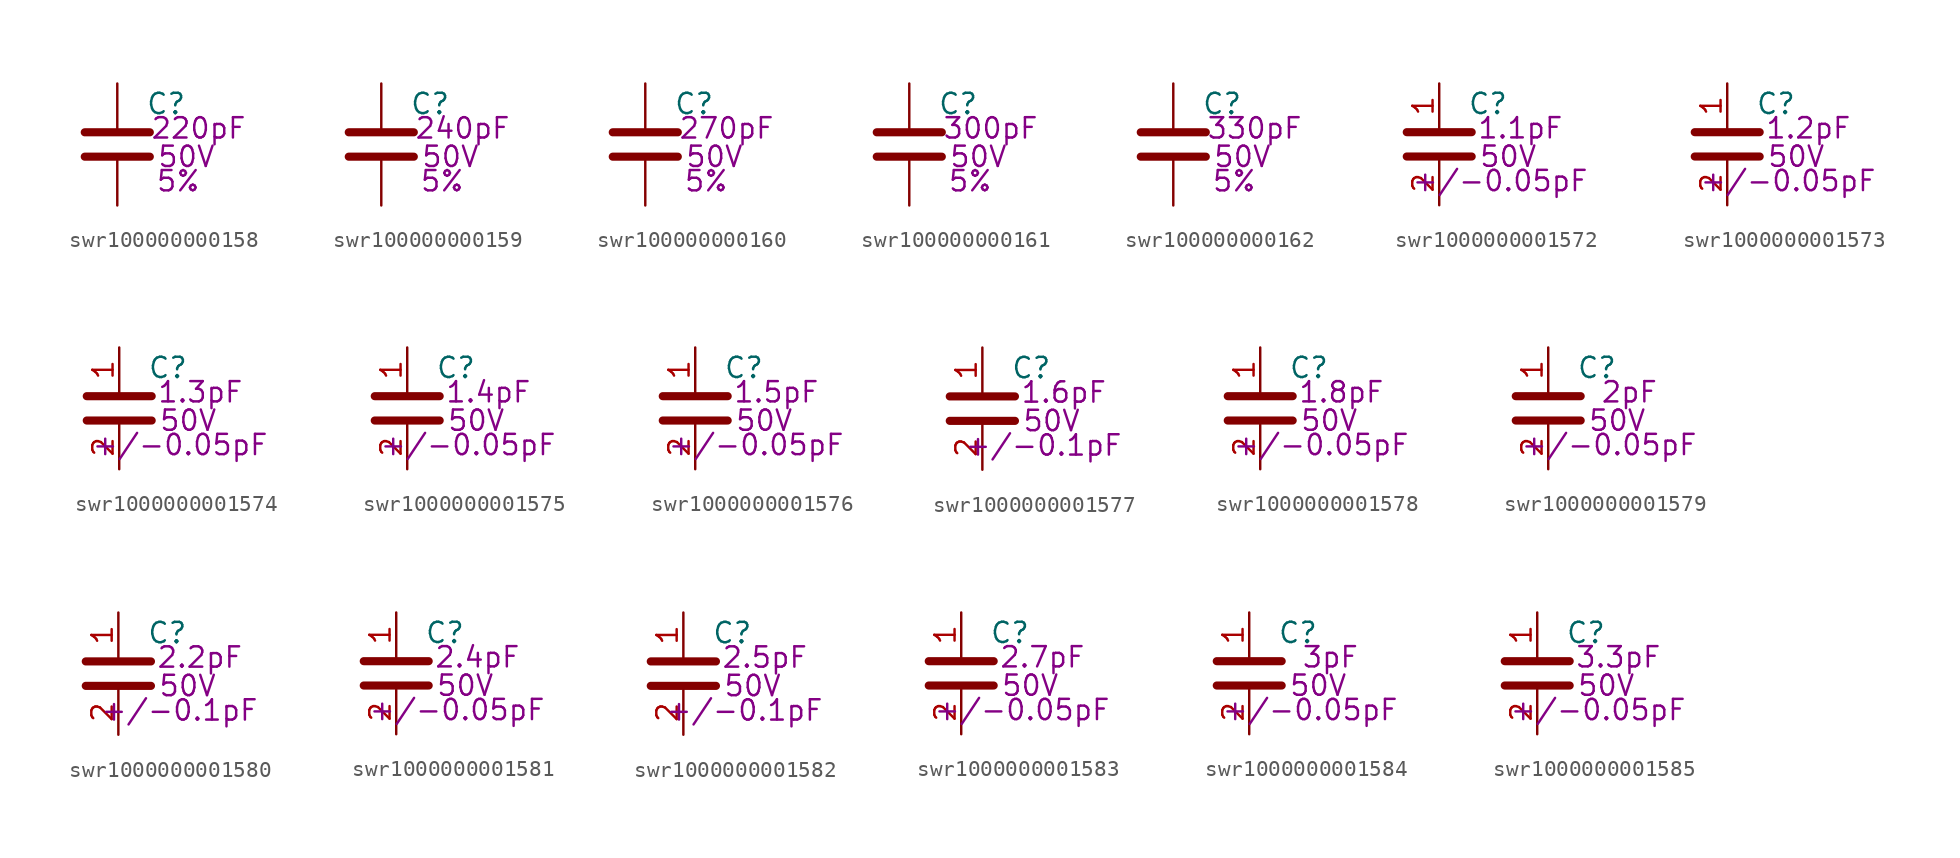
<source format=kicad_sym>
(kicad_symbol_lib
  (version 20220914)
  (generator kicad_symbol_editor)
  (symbol "swr100000000158"
    (pin_numbers hide)
    (pin_names
      (offset 1.016))
    (property "Reference" "C"
      (at 3.048 2.54 0)
      (effects (font (size 1.27 1.27))))
    (property "PartValue" "220pF"
      (at 5.08 1.016 0)
      (effects (font (size 1.27 1.27))))
    (property "Voltage" "50V"
      (at 4.318 -0.762 0)
      (effects (font (size 1.27 1.27))))
    (property "Tolerance" "5%"
      (at 3.81 -2.286 0)
      (effects (font (size 1.27 1.27))))
    (symbol "swr100000000158_1_1"
      (polyline (pts (xy -2.032 -0.762) (xy 2.032 -0.762)) (stroke (width 0.508) (type default)) (fill (type none)))
      (polyline (pts (xy -2.032 0.762) (xy 2.032 0.762)) (stroke (width 0.508) (type default)) (fill (type none)))
      (pin passive line (at 0 3.81 270) (length 2.794) (name "~" (effects (font (size 1.27 1.27)))) (number "1" (effects (font (size 1.27 1.27)))))
      (pin passive line (at 0 -3.81 90) (length 2.794) (name "~" (effects (font (size 1.27 1.27)))) (number "2" (effects (font (size 1.27 1.27)))))))
  (symbol "swr100000000159"
    (pin_numbers hide)
    (pin_names
      (offset 1.016))
    (property "Reference" "C"
      (at 3.048 2.54 0)
      (effects (font (size 1.27 1.27))))
    (property "PartValue" "240pF"
      (at 5.08 1.016 0)
      (effects (font (size 1.27 1.27))))
    (property "Voltage" "50V"
      (at 4.318 -0.762 0)
      (effects (font (size 1.27 1.27))))
    (property "Tolerance" "5%"
      (at 3.81 -2.286 0)
      (effects (font (size 1.27 1.27))))
    (symbol "swr100000000159_1_1"
      (polyline (pts (xy -2.032 -0.762) (xy 2.032 -0.762)) (stroke (width 0.508) (type default)) (fill (type none)))
      (polyline (pts (xy -2.032 0.762) (xy 2.032 0.762)) (stroke (width 0.508) (type default)) (fill (type none)))
      (pin passive line (at 0 3.81 270) (length 2.794) (name "~" (effects (font (size 1.27 1.27)))) (number "1" (effects (font (size 1.27 1.27)))))
      (pin passive line (at 0 -3.81 90) (length 2.794) (name "~" (effects (font (size 1.27 1.27)))) (number "2" (effects (font (size 1.27 1.27)))))))
  (symbol "swr100000000160"
    (pin_numbers hide)
    (pin_names
      (offset 1.016))
    (property "Reference" "C"
      (at 3.048 2.54 0)
      (effects (font (size 1.27 1.27))))
    (property "PartValue" "270pF"
      (at 5.08 1.016 0)
      (effects (font (size 1.27 1.27))))
    (property "Voltage" "50V"
      (at 4.318 -0.762 0)
      (effects (font (size 1.27 1.27))))
    (property "Tolerance" "5%"
      (at 3.81 -2.286 0)
      (effects (font (size 1.27 1.27))))
    (symbol "swr100000000160_1_1"
      (polyline (pts (xy -2.032 -0.762) (xy 2.032 -0.762)) (stroke (width 0.508) (type default)) (fill (type none)))
      (polyline (pts (xy -2.032 0.762) (xy 2.032 0.762)) (stroke (width 0.508) (type default)) (fill (type none)))
      (pin passive line (at 0 3.81 270) (length 2.794) (name "~" (effects (font (size 1.27 1.27)))) (number "1" (effects (font (size 1.27 1.27)))))
      (pin passive line (at 0 -3.81 90) (length 2.794) (name "~" (effects (font (size 1.27 1.27)))) (number "2" (effects (font (size 1.27 1.27)))))))
  (symbol "swr100000000161"
    (pin_numbers hide)
    (pin_names
      (offset 1.016))
    (property "Reference" "C"
      (at 3.048 2.54 0)
      (effects (font (size 1.27 1.27))))
    (property "PartValue" "300pF"
      (at 5.08 1.016 0)
      (effects (font (size 1.27 1.27))))
    (property "Voltage" "50V"
      (at 4.318 -0.762 0)
      (effects (font (size 1.27 1.27))))
    (property "Tolerance" "5%"
      (at 3.81 -2.286 0)
      (effects (font (size 1.27 1.27))))
    (symbol "swr100000000161_1_1"
      (polyline (pts (xy -2.032 -0.762) (xy 2.032 -0.762)) (stroke (width 0.508) (type default)) (fill (type none)))
      (polyline (pts (xy -2.032 0.762) (xy 2.032 0.762)) (stroke (width 0.508) (type default)) (fill (type none)))
      (pin passive line (at 0 3.81 270) (length 2.794) (name "~" (effects (font (size 1.27 1.27)))) (number "1" (effects (font (size 1.27 1.27)))))
      (pin passive line (at 0 -3.81 90) (length 2.794) (name "~" (effects (font (size 1.27 1.27)))) (number "2" (effects (font (size 1.27 1.27)))))))
  (symbol "swr100000000162"
    (pin_numbers hide)
    (pin_names
      (offset 1.016))
    (property "Reference" "C"
      (at 3.048 2.54 0)
      (effects (font (size 1.27 1.27))))
    (property "PartValue" "330pF"
      (at 5.08 1.016 0)
      (effects (font (size 1.27 1.27))))
    (property "Voltage" "50V"
      (at 4.318 -0.762 0)
      (effects (font (size 1.27 1.27))))
    (property "Tolerance" "5%"
      (at 3.81 -2.286 0)
      (effects (font (size 1.27 1.27))))
    (symbol "swr100000000162_1_1"
      (polyline (pts (xy -2.032 -0.762) (xy 2.032 -0.762)) (stroke (width 0.508) (type default)) (fill (type none)))
      (polyline (pts (xy -2.032 0.762) (xy 2.032 0.762)) (stroke (width 0.508) (type default)) (fill (type none)))
      (pin passive line (at 0 3.81 270) (length 2.794) (name "~" (effects (font (size 1.27 1.27)))) (number "1" (effects (font (size 1.27 1.27)))))
      (pin passive line (at 0 -3.81 90) (length 2.794) (name "~" (effects (font (size 1.27 1.27)))) (number "2" (effects (font (size 1.27 1.27)))))))
  (symbol "swr1000000001572"
    (pin_names
      (offset 1.016))
    (property "Reference" "C"
      (at 3.048 2.54 0)
      (effects (font (size 1.27 1.27))))
    (property "PartValue" "1.1pF"
      (at 5.08 1.016 0)
      (effects (font (size 1.27 1.27))))
    (property "Voltage" "50V"
      (at 4.318 -0.762 0)
      (effects (font (size 1.27 1.27))))
    (property "Tolerance" "+/-0.05pF"
      (at 3.81 -2.286 0)
      (effects (font (size 1.27 1.27))))
    (symbol "swr1000000001572_1_1"
      (polyline (pts (xy -2.032 -0.762) (xy 2.032 -0.762)) (stroke (width 0.508) (type default)) (fill (type none)))
      (polyline (pts (xy -2.032 0.762) (xy 2.032 0.762)) (stroke (width 0.508) (type default)) (fill (type none)))
      (pin passive line (at 0 3.81 270) (length 2.794) (name "~" (effects (font (size 1.27 1.27)))) (number "1" (effects (font (size 1.27 1.27)))))
      (pin passive line (at 0 -3.81 90) (length 2.794) (name "~" (effects (font (size 1.27 1.27)))) (number "2" (effects (font (size 1.27 1.27)))))))
  (symbol "swr1000000001573"
    (pin_names
      (offset 1.016))
    (property "Reference" "C"
      (at 3.048 2.54 0)
      (effects (font (size 1.27 1.27))))
    (property "PartValue" "1.2pF"
      (at 5.08 1.016 0)
      (effects (font (size 1.27 1.27))))
    (property "Voltage" "50V"
      (at 4.318 -0.762 0)
      (effects (font (size 1.27 1.27))))
    (property "Tolerance" "+/-0.05pF"
      (at 3.81 -2.286 0)
      (effects (font (size 1.27 1.27))))
    (symbol "swr1000000001573_1_1"
      (polyline (pts (xy -2.032 -0.762) (xy 2.032 -0.762)) (stroke (width 0.508) (type default)) (fill (type none)))
      (polyline (pts (xy -2.032 0.762) (xy 2.032 0.762)) (stroke (width 0.508) (type default)) (fill (type none)))
      (pin passive line (at 0 3.81 270) (length 2.794) (name "~" (effects (font (size 1.27 1.27)))) (number "1" (effects (font (size 1.27 1.27)))))
      (pin passive line (at 0 -3.81 90) (length 2.794) (name "~" (effects (font (size 1.27 1.27)))) (number "2" (effects (font (size 1.27 1.27)))))))
  (symbol "swr1000000001574"
    (pin_names
      (offset 1.016))
    (property "Reference" "C"
      (at 3.048 2.54 0)
      (effects (font (size 1.27 1.27))))
    (property "PartValue" "1.3pF"
      (at 5.08 1.016 0)
      (effects (font (size 1.27 1.27))))
    (property "Voltage" "50V"
      (at 4.318 -0.762 0)
      (effects (font (size 1.27 1.27))))
    (property "Tolerance" "+/-0.05pF"
      (at 3.81 -2.286 0)
      (effects (font (size 1.27 1.27))))
    (symbol "swr1000000001574_1_1"
      (polyline (pts (xy -2.032 -0.762) (xy 2.032 -0.762)) (stroke (width 0.508) (type default)) (fill (type none)))
      (polyline (pts (xy -2.032 0.762) (xy 2.032 0.762)) (stroke (width 0.508) (type default)) (fill (type none)))
      (pin passive line (at 0 3.81 270) (length 2.794) (name "~" (effects (font (size 1.27 1.27)))) (number "1" (effects (font (size 1.27 1.27)))))
      (pin passive line (at 0 -3.81 90) (length 2.794) (name "~" (effects (font (size 1.27 1.27)))) (number "2" (effects (font (size 1.27 1.27)))))))
  (symbol "swr1000000001575"
    (pin_names
      (offset 1.016))
    (property "Reference" "C"
      (at 3.048 2.54 0)
      (effects (font (size 1.27 1.27))))
    (property "PartValue" "1.4pF"
      (at 5.08 1.016 0)
      (effects (font (size 1.27 1.27))))
    (property "Voltage" "50V"
      (at 4.318 -0.762 0)
      (effects (font (size 1.27 1.27))))
    (property "Tolerance" "+/-0.05pF"
      (at 3.81 -2.286 0)
      (effects (font (size 1.27 1.27))))
    (symbol "swr1000000001575_1_1"
      (polyline (pts (xy -2.032 -0.762) (xy 2.032 -0.762)) (stroke (width 0.508) (type default)) (fill (type none)))
      (polyline (pts (xy -2.032 0.762) (xy 2.032 0.762)) (stroke (width 0.508) (type default)) (fill (type none)))
      (pin passive line (at 0 3.81 270) (length 2.794) (name "~" (effects (font (size 1.27 1.27)))) (number "1" (effects (font (size 1.27 1.27)))))
      (pin passive line (at 0 -3.81 90) (length 2.794) (name "~" (effects (font (size 1.27 1.27)))) (number "2" (effects (font (size 1.27 1.27)))))))
  (symbol "swr1000000001576"
    (pin_names
      (offset 1.016))
    (property "Reference" "C"
      (at 3.048 2.54 0)
      (effects (font (size 1.27 1.27))))
    (property "PartValue" "1.5pF"
      (at 5.08 1.016 0)
      (effects (font (size 1.27 1.27))))
    (property "Voltage" "50V"
      (at 4.318 -0.762 0)
      (effects (font (size 1.27 1.27))))
    (property "Tolerance" "+/-0.05pF"
      (at 3.81 -2.286 0)
      (effects (font (size 1.27 1.27))))
    (symbol "swr1000000001576_1_1"
      (polyline (pts (xy -2.032 -0.762) (xy 2.032 -0.762)) (stroke (width 0.508) (type default)) (fill (type none)))
      (polyline (pts (xy -2.032 0.762) (xy 2.032 0.762)) (stroke (width 0.508) (type default)) (fill (type none)))
      (pin passive line (at 0 3.81 270) (length 2.794) (name "~" (effects (font (size 1.27 1.27)))) (number "1" (effects (font (size 1.27 1.27)))))
      (pin passive line (at 0 -3.81 90) (length 2.794) (name "~" (effects (font (size 1.27 1.27)))) (number "2" (effects (font (size 1.27 1.27)))))))
  (symbol "swr1000000001577"
    (pin_names
      (offset 1.016))
    (property "Reference" "C"
      (at 3.048 2.54 0)
      (effects (font (size 1.27 1.27))))
    (property "PartValue" "1.6pF"
      (at 5.08 1.016 0)
      (effects (font (size 1.27 1.27))))
    (property "Voltage" "50V"
      (at 4.318 -0.762 0)
      (effects (font (size 1.27 1.27))))
    (property "Tolerance" "+/-0.1pF"
      (at 3.81 -2.286 0)
      (effects (font (size 1.27 1.27))))
    (symbol "swr1000000001577_1_1"
      (polyline (pts (xy -2.032 -0.762) (xy 2.032 -0.762)) (stroke (width 0.508) (type default)) (fill (type none)))
      (polyline (pts (xy -2.032 0.762) (xy 2.032 0.762)) (stroke (width 0.508) (type default)) (fill (type none)))
      (pin passive line (at 0 3.81 270) (length 2.794) (name "~" (effects (font (size 1.27 1.27)))) (number "1" (effects (font (size 1.27 1.27)))))
      (pin passive line (at 0 -3.81 90) (length 2.794) (name "~" (effects (font (size 1.27 1.27)))) (number "2" (effects (font (size 1.27 1.27)))))))
  (symbol "swr1000000001578"
    (pin_names
      (offset 1.016))
    (property "Reference" "C"
      (at 3.048 2.54 0)
      (effects (font (size 1.27 1.27))))
    (property "PartValue" "1.8pF"
      (at 5.08 1.016 0)
      (effects (font (size 1.27 1.27))))
    (property "Voltage" "50V"
      (at 4.318 -0.762 0)
      (effects (font (size 1.27 1.27))))
    (property "Tolerance" "+/-0.05pF"
      (at 3.81 -2.286 0)
      (effects (font (size 1.27 1.27))))
    (symbol "swr1000000001578_1_1"
      (polyline (pts (xy -2.032 -0.762) (xy 2.032 -0.762)) (stroke (width 0.508) (type default)) (fill (type none)))
      (polyline (pts (xy -2.032 0.762) (xy 2.032 0.762)) (stroke (width 0.508) (type default)) (fill (type none)))
      (pin passive line (at 0 3.81 270) (length 2.794) (name "~" (effects (font (size 1.27 1.27)))) (number "1" (effects (font (size 1.27 1.27)))))
      (pin passive line (at 0 -3.81 90) (length 2.794) (name "~" (effects (font (size 1.27 1.27)))) (number "2" (effects (font (size 1.27 1.27)))))))
  (symbol "swr1000000001579"
    (pin_names
      (offset 1.016))
    (property "Reference" "C"
      (at 3.048 2.54 0)
      (effects (font (size 1.27 1.27))))
    (property "PartValue" "2pF"
      (at 5.08 1.016 0)
      (effects (font (size 1.27 1.27))))
    (property "Voltage" "50V"
      (at 4.318 -0.762 0)
      (effects (font (size 1.27 1.27))))
    (property "Tolerance" "+/-0.05pF"
      (at 3.81 -2.286 0)
      (effects (font (size 1.27 1.27))))
    (symbol "swr1000000001579_1_1"
      (polyline (pts (xy -2.032 -0.762) (xy 2.032 -0.762)) (stroke (width 0.508) (type default)) (fill (type none)))
      (polyline (pts (xy -2.032 0.762) (xy 2.032 0.762)) (stroke (width 0.508) (type default)) (fill (type none)))
      (pin passive line (at 0 3.81 270) (length 2.794) (name "~" (effects (font (size 1.27 1.27)))) (number "1" (effects (font (size 1.27 1.27)))))
      (pin passive line (at 0 -3.81 90) (length 2.794) (name "~" (effects (font (size 1.27 1.27)))) (number "2" (effects (font (size 1.27 1.27)))))))
  (symbol "swr1000000001580"
    (pin_names
      (offset 1.016))
    (property "Reference" "C"
      (at 3.048 2.54 0)
      (effects (font (size 1.27 1.27))))
    (property "PartValue" "2.2pF"
      (at 5.08 1.016 0)
      (effects (font (size 1.27 1.27))))
    (property "Voltage" "50V"
      (at 4.318 -0.762 0)
      (effects (font (size 1.27 1.27))))
    (property "Tolerance" "+/-0.1pF"
      (at 3.81 -2.286 0)
      (effects (font (size 1.27 1.27))))
    (symbol "swr1000000001580_1_1"
      (polyline (pts (xy -2.032 -0.762) (xy 2.032 -0.762)) (stroke (width 0.508) (type default)) (fill (type none)))
      (polyline (pts (xy -2.032 0.762) (xy 2.032 0.762)) (stroke (width 0.508) (type default)) (fill (type none)))
      (pin passive line (at 0 3.81 270) (length 2.794) (name "~" (effects (font (size 1.27 1.27)))) (number "1" (effects (font (size 1.27 1.27)))))
      (pin passive line (at 0 -3.81 90) (length 2.794) (name "~" (effects (font (size 1.27 1.27)))) (number "2" (effects (font (size 1.27 1.27)))))))
  (symbol "swr1000000001581"
    (pin_names
      (offset 1.016))
    (property "Reference" "C"
      (at 3.048 2.54 0)
      (effects (font (size 1.27 1.27))))
    (property "PartValue" "2.4pF"
      (at 5.08 1.016 0)
      (effects (font (size 1.27 1.27))))
    (property "Voltage" "50V"
      (at 4.318 -0.762 0)
      (effects (font (size 1.27 1.27))))
    (property "Tolerance" "+/-0.05pF"
      (at 3.81 -2.286 0)
      (effects (font (size 1.27 1.27))))
    (symbol "swr1000000001581_1_1"
      (polyline (pts (xy -2.032 -0.762) (xy 2.032 -0.762)) (stroke (width 0.508) (type default)) (fill (type none)))
      (polyline (pts (xy -2.032 0.762) (xy 2.032 0.762)) (stroke (width 0.508) (type default)) (fill (type none)))
      (pin passive line (at 0 3.81 270) (length 2.794) (name "~" (effects (font (size 1.27 1.27)))) (number "1" (effects (font (size 1.27 1.27)))))
      (pin passive line (at 0 -3.81 90) (length 2.794) (name "~" (effects (font (size 1.27 1.27)))) (number "2" (effects (font (size 1.27 1.27)))))))
  (symbol "swr1000000001582"
    (pin_names
      (offset 1.016))
    (property "Reference" "C"
      (at 3.048 2.54 0)
      (effects (font (size 1.27 1.27))))
    (property "PartValue" "2.5pF"
      (at 5.08 1.016 0)
      (effects (font (size 1.27 1.27))))
    (property "Voltage" "50V"
      (at 4.318 -0.762 0)
      (effects (font (size 1.27 1.27))))
    (property "Tolerance" "+/-0.1pF"
      (at 3.81 -2.286 0)
      (effects (font (size 1.27 1.27))))
    (symbol "swr1000000001582_1_1"
      (polyline (pts (xy -2.032 -0.762) (xy 2.032 -0.762)) (stroke (width 0.508) (type default)) (fill (type none)))
      (polyline (pts (xy -2.032 0.762) (xy 2.032 0.762)) (stroke (width 0.508) (type default)) (fill (type none)))
      (pin passive line (at 0 3.81 270) (length 2.794) (name "~" (effects (font (size 1.27 1.27)))) (number "1" (effects (font (size 1.27 1.27)))))
      (pin passive line (at 0 -3.81 90) (length 2.794) (name "~" (effects (font (size 1.27 1.27)))) (number "2" (effects (font (size 1.27 1.27)))))))
  (symbol "swr1000000001583"
    (pin_names
      (offset 1.016))
    (property "Reference" "C"
      (at 3.048 2.54 0)
      (effects (font (size 1.27 1.27))))
    (property "PartValue" "2.7pF"
      (at 5.08 1.016 0)
      (effects (font (size 1.27 1.27))))
    (property "Voltage" "50V"
      (at 4.318 -0.762 0)
      (effects (font (size 1.27 1.27))))
    (property "Tolerance" "+/-0.05pF"
      (at 3.81 -2.286 0)
      (effects (font (size 1.27 1.27))))
    (symbol "swr1000000001583_1_1"
      (polyline (pts (xy -2.032 -0.762) (xy 2.032 -0.762)) (stroke (width 0.508) (type default)) (fill (type none)))
      (polyline (pts (xy -2.032 0.762) (xy 2.032 0.762)) (stroke (width 0.508) (type default)) (fill (type none)))
      (pin passive line (at 0 3.81 270) (length 2.794) (name "~" (effects (font (size 1.27 1.27)))) (number "1" (effects (font (size 1.27 1.27)))))
      (pin passive line (at 0 -3.81 90) (length 2.794) (name "~" (effects (font (size 1.27 1.27)))) (number "2" (effects (font (size 1.27 1.27)))))))
  (symbol "swr1000000001584"
    (pin_names
      (offset 1.016))
    (property "Reference" "C"
      (at 3.048 2.54 0)
      (effects (font (size 1.27 1.27))))
    (property "PartValue" "3pF"
      (at 5.08 1.016 0)
      (effects (font (size 1.27 1.27))))
    (property "Voltage" "50V"
      (at 4.318 -0.762 0)
      (effects (font (size 1.27 1.27))))
    (property "Tolerance" "+/-0.05pF"
      (at 3.81 -2.286 0)
      (effects (font (size 1.27 1.27))))
    (symbol "swr1000000001584_1_1"
      (polyline (pts (xy -2.032 -0.762) (xy 2.032 -0.762)) (stroke (width 0.508) (type default)) (fill (type none)))
      (polyline (pts (xy -2.032 0.762) (xy 2.032 0.762)) (stroke (width 0.508) (type default)) (fill (type none)))
      (pin passive line (at 0 3.81 270) (length 2.794) (name "~" (effects (font (size 1.27 1.27)))) (number "1" (effects (font (size 1.27 1.27)))))
      (pin passive line (at 0 -3.81 90) (length 2.794) (name "~" (effects (font (size 1.27 1.27)))) (number "2" (effects (font (size 1.27 1.27)))))))
  (symbol "swr1000000001585"
    (pin_names
      (offset 1.016))
    (property "Reference" "C"
      (at 3.048 2.54 0)
      (effects (font (size 1.27 1.27))))
    (property "PartValue" "3.3pF"
      (at 5.08 1.016 0)
      (effects (font (size 1.27 1.27))))
    (property "Voltage" "50V"
      (at 4.318 -0.762 0)
      (effects (font (size 1.27 1.27))))
    (property "Tolerance" "+/-0.05pF"
      (at 3.81 -2.286 0)
      (effects (font (size 1.27 1.27))))
    (symbol "swr1000000001585_1_1"
      (polyline (pts (xy -2.032 -0.762) (xy 2.032 -0.762)) (stroke (width 0.508) (type default)) (fill (type none)))
      (polyline (pts (xy -2.032 0.762) (xy 2.032 0.762)) (stroke (width 0.508) (type default)) (fill (type none)))
      (pin passive line (at 0 3.81 270) (length 2.794) (name "~" (effects (font (size 1.27 1.27)))) (number "1" (effects (font (size 1.27 1.27)))))
      (pin passive line (at 0 -3.81 90) (length 2.794) (name "~" (effects (font (size 1.27 1.27)))) (number "2" (effects (font (size 1.27 1.27))))))))
</source>
